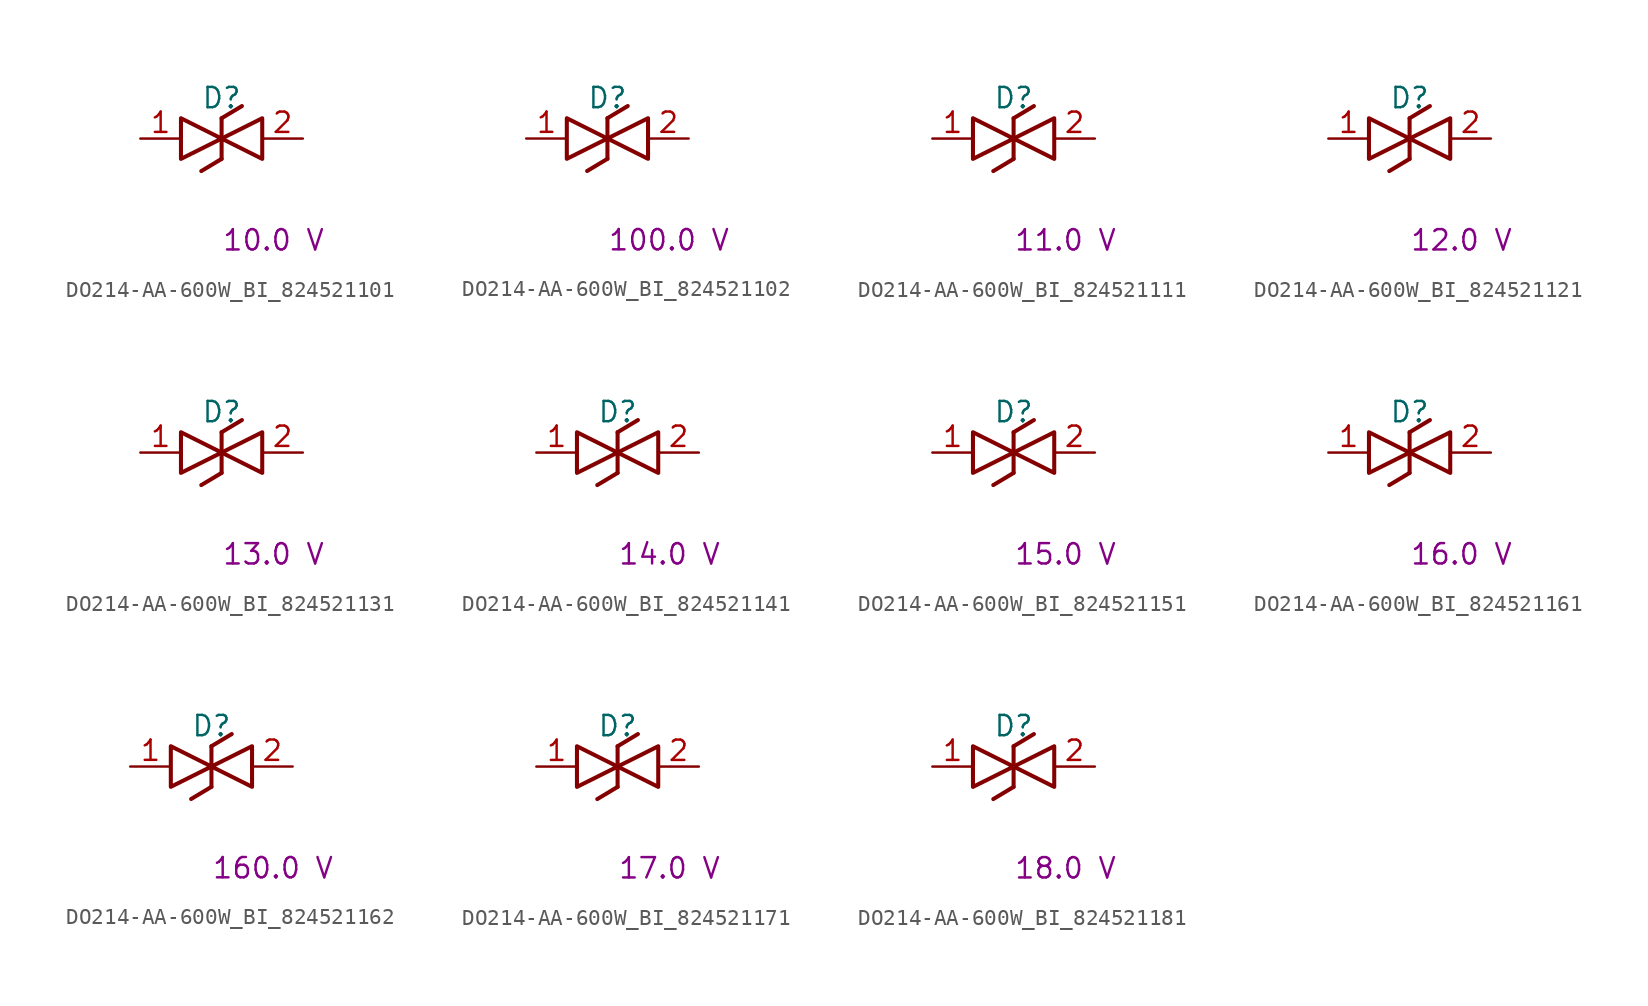
<source format=kicad_sym>
(kicad_symbol_lib
  (version 20220914)
  (generator kicad_symbol_editor)
  (symbol "DO214-AA-600W_BI_824521101"
    (pin_names hide)
    (property "Reference" "D"
      (at 0 2.54 0)
      (effects (font (size 1.27 1.27))))
    (property "Critical Parameter" "10.0 V"
      (at 0 -6.35 0)
      (effects (font (size 1.27 1.27)) (justify left)))
    (symbol "DO214-AA-600W_BI_824521101_0_1"
      (polyline (pts (xy -2.54 1.27) (xy -2.54 -1.27) (xy 2.54 1.27) (xy 2.54 -1.27) (xy -2.54 1.27)) (stroke (width 0.254) (type default)) (fill (type none))))
    (symbol "DO214-AA-600W_BI_824521101_1_1"
      (polyline (pts (xy 0 -1.27) (xy -1.27 -2.032)) (stroke (width 0.254) (type default)) (fill (type none)))
      (polyline (pts (xy 0 1.27) (xy 0 -1.27)) (stroke (width 0.254) (type default)) (fill (type none)))
      (polyline (pts (xy 0 1.27) (xy 1.27 2.032)) (stroke (width 0.254) (type default)) (fill (type none)))
      (pin passive line (at -5.08 0 0) (length 2.54) (name "1" (effects (font (size 1.27 1.27)))) (number "1" (effects (font (size 1.27 1.27)))))
      (pin passive line (at 5.08 0 180) (length 2.54) (name "2" (effects (font (size 1.27 1.27)))) (number "2" (effects (font (size 1.27 1.27)))))))
  (symbol "DO214-AA-600W_BI_824521102"
    (pin_names hide)
    (property "Reference" "D"
      (at 0 2.54 0)
      (effects (font (size 1.27 1.27))))
    (property "Critical Parameter" "100.0 V"
      (at 0 -6.35 0)
      (effects (font (size 1.27 1.27)) (justify left)))
    (symbol "DO214-AA-600W_BI_824521102_0_1"
      (polyline (pts (xy -2.54 1.27) (xy -2.54 -1.27) (xy 2.54 1.27) (xy 2.54 -1.27) (xy -2.54 1.27)) (stroke (width 0.254) (type default)) (fill (type none))))
    (symbol "DO214-AA-600W_BI_824521102_1_1"
      (polyline (pts (xy 0 -1.27) (xy -1.27 -2.032)) (stroke (width 0.254) (type default)) (fill (type none)))
      (polyline (pts (xy 0 1.27) (xy 0 -1.27)) (stroke (width 0.254) (type default)) (fill (type none)))
      (polyline (pts (xy 0 1.27) (xy 1.27 2.032)) (stroke (width 0.254) (type default)) (fill (type none)))
      (pin passive line (at -5.08 0 0) (length 2.54) (name "1" (effects (font (size 1.27 1.27)))) (number "1" (effects (font (size 1.27 1.27)))))
      (pin passive line (at 5.08 0 180) (length 2.54) (name "2" (effects (font (size 1.27 1.27)))) (number "2" (effects (font (size 1.27 1.27)))))))
  (symbol "DO214-AA-600W_BI_824521111"
    (pin_names hide)
    (property "Reference" "D"
      (at 0 2.54 0)
      (effects (font (size 1.27 1.27))))
    (property "Critical Parameter" "11.0 V"
      (at 0 -6.35 0)
      (effects (font (size 1.27 1.27)) (justify left)))
    (symbol "DO214-AA-600W_BI_824521111_0_1"
      (polyline (pts (xy -2.54 1.27) (xy -2.54 -1.27) (xy 2.54 1.27) (xy 2.54 -1.27) (xy -2.54 1.27)) (stroke (width 0.254) (type default)) (fill (type none))))
    (symbol "DO214-AA-600W_BI_824521111_1_1"
      (polyline (pts (xy 0 -1.27) (xy -1.27 -2.032)) (stroke (width 0.254) (type default)) (fill (type none)))
      (polyline (pts (xy 0 1.27) (xy 0 -1.27)) (stroke (width 0.254) (type default)) (fill (type none)))
      (polyline (pts (xy 0 1.27) (xy 1.27 2.032)) (stroke (width 0.254) (type default)) (fill (type none)))
      (pin passive line (at -5.08 0 0) (length 2.54) (name "1" (effects (font (size 1.27 1.27)))) (number "1" (effects (font (size 1.27 1.27)))))
      (pin passive line (at 5.08 0 180) (length 2.54) (name "2" (effects (font (size 1.27 1.27)))) (number "2" (effects (font (size 1.27 1.27)))))))
  (symbol "DO214-AA-600W_BI_824521121"
    (pin_names hide)
    (property "Reference" "D"
      (at 0 2.54 0)
      (effects (font (size 1.27 1.27))))
    (property "Critical Parameter" "12.0 V"
      (at 0 -6.35 0)
      (effects (font (size 1.27 1.27)) (justify left)))
    (symbol "DO214-AA-600W_BI_824521121_0_1"
      (polyline (pts (xy -2.54 1.27) (xy -2.54 -1.27) (xy 2.54 1.27) (xy 2.54 -1.27) (xy -2.54 1.27)) (stroke (width 0.254) (type default)) (fill (type none))))
    (symbol "DO214-AA-600W_BI_824521121_1_1"
      (polyline (pts (xy 0 -1.27) (xy -1.27 -2.032)) (stroke (width 0.254) (type default)) (fill (type none)))
      (polyline (pts (xy 0 1.27) (xy 0 -1.27)) (stroke (width 0.254) (type default)) (fill (type none)))
      (polyline (pts (xy 0 1.27) (xy 1.27 2.032)) (stroke (width 0.254) (type default)) (fill (type none)))
      (pin passive line (at -5.08 0 0) (length 2.54) (name "1" (effects (font (size 1.27 1.27)))) (number "1" (effects (font (size 1.27 1.27)))))
      (pin passive line (at 5.08 0 180) (length 2.54) (name "2" (effects (font (size 1.27 1.27)))) (number "2" (effects (font (size 1.27 1.27)))))))
  (symbol "DO214-AA-600W_BI_824521131"
    (pin_names hide)
    (property "Reference" "D"
      (at 0 2.54 0)
      (effects (font (size 1.27 1.27))))
    (property "Critical Parameter" "13.0 V"
      (at 0 -6.35 0)
      (effects (font (size 1.27 1.27)) (justify left)))
    (symbol "DO214-AA-600W_BI_824521131_0_1"
      (polyline (pts (xy -2.54 1.27) (xy -2.54 -1.27) (xy 2.54 1.27) (xy 2.54 -1.27) (xy -2.54 1.27)) (stroke (width 0.254) (type default)) (fill (type none))))
    (symbol "DO214-AA-600W_BI_824521131_1_1"
      (polyline (pts (xy 0 -1.27) (xy -1.27 -2.032)) (stroke (width 0.254) (type default)) (fill (type none)))
      (polyline (pts (xy 0 1.27) (xy 0 -1.27)) (stroke (width 0.254) (type default)) (fill (type none)))
      (polyline (pts (xy 0 1.27) (xy 1.27 2.032)) (stroke (width 0.254) (type default)) (fill (type none)))
      (pin passive line (at -5.08 0 0) (length 2.54) (name "1" (effects (font (size 1.27 1.27)))) (number "1" (effects (font (size 1.27 1.27)))))
      (pin passive line (at 5.08 0 180) (length 2.54) (name "2" (effects (font (size 1.27 1.27)))) (number "2" (effects (font (size 1.27 1.27)))))))
  (symbol "DO214-AA-600W_BI_824521141"
    (pin_names hide)
    (property "Reference" "D"
      (at 0 2.54 0)
      (effects (font (size 1.27 1.27))))
    (property "Critical Parameter" "14.0 V"
      (at 0 -6.35 0)
      (effects (font (size 1.27 1.27)) (justify left)))
    (symbol "DO214-AA-600W_BI_824521141_0_1"
      (polyline (pts (xy -2.54 1.27) (xy -2.54 -1.27) (xy 2.54 1.27) (xy 2.54 -1.27) (xy -2.54 1.27)) (stroke (width 0.254) (type default)) (fill (type none))))
    (symbol "DO214-AA-600W_BI_824521141_1_1"
      (polyline (pts (xy 0 -1.27) (xy -1.27 -2.032)) (stroke (width 0.254) (type default)) (fill (type none)))
      (polyline (pts (xy 0 1.27) (xy 0 -1.27)) (stroke (width 0.254) (type default)) (fill (type none)))
      (polyline (pts (xy 0 1.27) (xy 1.27 2.032)) (stroke (width 0.254) (type default)) (fill (type none)))
      (pin passive line (at -5.08 0 0) (length 2.54) (name "1" (effects (font (size 1.27 1.27)))) (number "1" (effects (font (size 1.27 1.27)))))
      (pin passive line (at 5.08 0 180) (length 2.54) (name "2" (effects (font (size 1.27 1.27)))) (number "2" (effects (font (size 1.27 1.27)))))))
  (symbol "DO214-AA-600W_BI_824521151"
    (pin_names hide)
    (property "Reference" "D"
      (at 0 2.54 0)
      (effects (font (size 1.27 1.27))))
    (property "Critical Parameter" "15.0 V"
      (at 0 -6.35 0)
      (effects (font (size 1.27 1.27)) (justify left)))
    (symbol "DO214-AA-600W_BI_824521151_0_1"
      (polyline (pts (xy -2.54 1.27) (xy -2.54 -1.27) (xy 2.54 1.27) (xy 2.54 -1.27) (xy -2.54 1.27)) (stroke (width 0.254) (type default)) (fill (type none))))
    (symbol "DO214-AA-600W_BI_824521151_1_1"
      (polyline (pts (xy 0 -1.27) (xy -1.27 -2.032)) (stroke (width 0.254) (type default)) (fill (type none)))
      (polyline (pts (xy 0 1.27) (xy 0 -1.27)) (stroke (width 0.254) (type default)) (fill (type none)))
      (polyline (pts (xy 0 1.27) (xy 1.27 2.032)) (stroke (width 0.254) (type default)) (fill (type none)))
      (pin passive line (at -5.08 0 0) (length 2.54) (name "1" (effects (font (size 1.27 1.27)))) (number "1" (effects (font (size 1.27 1.27)))))
      (pin passive line (at 5.08 0 180) (length 2.54) (name "2" (effects (font (size 1.27 1.27)))) (number "2" (effects (font (size 1.27 1.27)))))))
  (symbol "DO214-AA-600W_BI_824521161"
    (pin_names hide)
    (property "Reference" "D"
      (at 0 2.54 0)
      (effects (font (size 1.27 1.27))))
    (property "Critical Parameter" "16.0 V"
      (at 0 -6.35 0)
      (effects (font (size 1.27 1.27)) (justify left)))
    (symbol "DO214-AA-600W_BI_824521161_0_1"
      (polyline (pts (xy -2.54 1.27) (xy -2.54 -1.27) (xy 2.54 1.27) (xy 2.54 -1.27) (xy -2.54 1.27)) (stroke (width 0.254) (type default)) (fill (type none))))
    (symbol "DO214-AA-600W_BI_824521161_1_1"
      (polyline (pts (xy 0 -1.27) (xy -1.27 -2.032)) (stroke (width 0.254) (type default)) (fill (type none)))
      (polyline (pts (xy 0 1.27) (xy 0 -1.27)) (stroke (width 0.254) (type default)) (fill (type none)))
      (polyline (pts (xy 0 1.27) (xy 1.27 2.032)) (stroke (width 0.254) (type default)) (fill (type none)))
      (pin passive line (at -5.08 0 0) (length 2.54) (name "1" (effects (font (size 1.27 1.27)))) (number "1" (effects (font (size 1.27 1.27)))))
      (pin passive line (at 5.08 0 180) (length 2.54) (name "2" (effects (font (size 1.27 1.27)))) (number "2" (effects (font (size 1.27 1.27)))))))
  (symbol "DO214-AA-600W_BI_824521162"
    (pin_names hide)
    (property "Reference" "D"
      (at 0 2.54 0)
      (effects (font (size 1.27 1.27))))
    (property "Critical Parameter" "160.0 V"
      (at 0 -6.35 0)
      (effects (font (size 1.27 1.27)) (justify left)))
    (symbol "DO214-AA-600W_BI_824521162_0_1"
      (polyline (pts (xy -2.54 1.27) (xy -2.54 -1.27) (xy 2.54 1.27) (xy 2.54 -1.27) (xy -2.54 1.27)) (stroke (width 0.254) (type default)) (fill (type none))))
    (symbol "DO214-AA-600W_BI_824521162_1_1"
      (polyline (pts (xy 0 -1.27) (xy -1.27 -2.032)) (stroke (width 0.254) (type default)) (fill (type none)))
      (polyline (pts (xy 0 1.27) (xy 0 -1.27)) (stroke (width 0.254) (type default)) (fill (type none)))
      (polyline (pts (xy 0 1.27) (xy 1.27 2.032)) (stroke (width 0.254) (type default)) (fill (type none)))
      (pin passive line (at -5.08 0 0) (length 2.54) (name "1" (effects (font (size 1.27 1.27)))) (number "1" (effects (font (size 1.27 1.27)))))
      (pin passive line (at 5.08 0 180) (length 2.54) (name "2" (effects (font (size 1.27 1.27)))) (number "2" (effects (font (size 1.27 1.27)))))))
  (symbol "DO214-AA-600W_BI_824521171"
    (pin_names hide)
    (property "Reference" "D"
      (at 0 2.54 0)
      (effects (font (size 1.27 1.27))))
    (property "Critical Parameter" "17.0 V"
      (at 0 -6.35 0)
      (effects (font (size 1.27 1.27)) (justify left)))
    (symbol "DO214-AA-600W_BI_824521171_0_1"
      (polyline (pts (xy -2.54 1.27) (xy -2.54 -1.27) (xy 2.54 1.27) (xy 2.54 -1.27) (xy -2.54 1.27)) (stroke (width 0.254) (type default)) (fill (type none))))
    (symbol "DO214-AA-600W_BI_824521171_1_1"
      (polyline (pts (xy 0 -1.27) (xy -1.27 -2.032)) (stroke (width 0.254) (type default)) (fill (type none)))
      (polyline (pts (xy 0 1.27) (xy 0 -1.27)) (stroke (width 0.254) (type default)) (fill (type none)))
      (polyline (pts (xy 0 1.27) (xy 1.27 2.032)) (stroke (width 0.254) (type default)) (fill (type none)))
      (pin passive line (at -5.08 0 0) (length 2.54) (name "1" (effects (font (size 1.27 1.27)))) (number "1" (effects (font (size 1.27 1.27)))))
      (pin passive line (at 5.08 0 180) (length 2.54) (name "2" (effects (font (size 1.27 1.27)))) (number "2" (effects (font (size 1.27 1.27)))))))
  (symbol "DO214-AA-600W_BI_824521181"
    (pin_names hide)
    (property "Reference" "D"
      (at 0 2.54 0)
      (effects (font (size 1.27 1.27))))
    (property "Critical Parameter" "18.0 V"
      (at 0 -6.35 0)
      (effects (font (size 1.27 1.27)) (justify left)))
    (symbol "DO214-AA-600W_BI_824521181_0_1"
      (polyline (pts (xy -2.54 1.27) (xy -2.54 -1.27) (xy 2.54 1.27) (xy 2.54 -1.27) (xy -2.54 1.27)) (stroke (width 0.254) (type default)) (fill (type none))))
    (symbol "DO214-AA-600W_BI_824521181_1_1"
      (polyline (pts (xy 0 -1.27) (xy -1.27 -2.032)) (stroke (width 0.254) (type default)) (fill (type none)))
      (polyline (pts (xy 0 1.27) (xy 0 -1.27)) (stroke (width 0.254) (type default)) (fill (type none)))
      (polyline (pts (xy 0 1.27) (xy 1.27 2.032)) (stroke (width 0.254) (type default)) (fill (type none)))
      (pin passive line (at -5.08 0 0) (length 2.54) (name "1" (effects (font (size 1.27 1.27)))) (number "1" (effects (font (size 1.27 1.27)))))
      (pin passive line (at 5.08 0 180) (length 2.54) (name "2" (effects (font (size 1.27 1.27)))) (number "2" (effects (font (size 1.27 1.27))))))))
</source>
